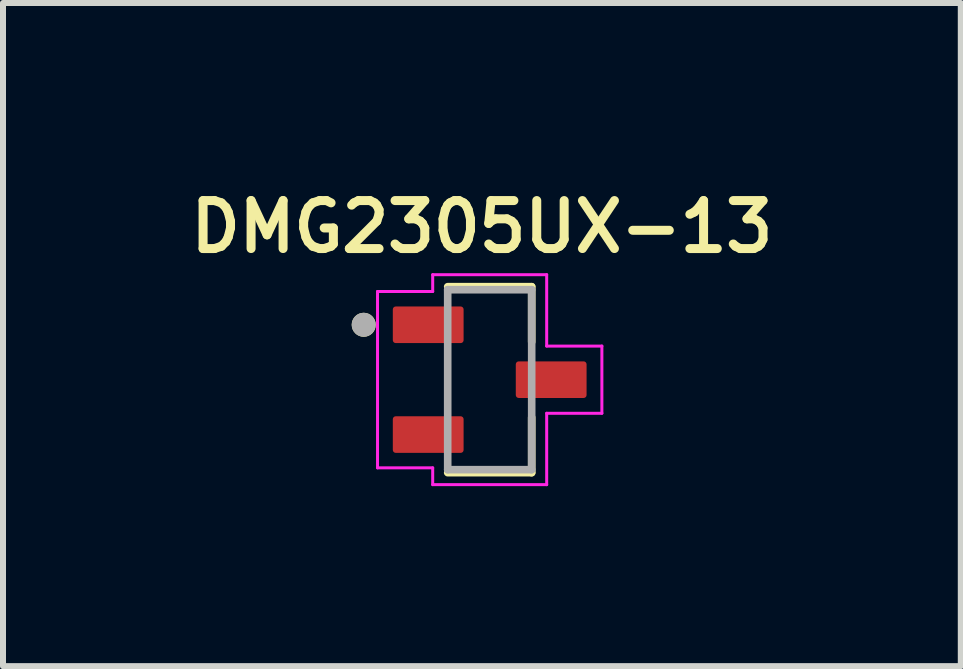
<source format=kicad_pcb>
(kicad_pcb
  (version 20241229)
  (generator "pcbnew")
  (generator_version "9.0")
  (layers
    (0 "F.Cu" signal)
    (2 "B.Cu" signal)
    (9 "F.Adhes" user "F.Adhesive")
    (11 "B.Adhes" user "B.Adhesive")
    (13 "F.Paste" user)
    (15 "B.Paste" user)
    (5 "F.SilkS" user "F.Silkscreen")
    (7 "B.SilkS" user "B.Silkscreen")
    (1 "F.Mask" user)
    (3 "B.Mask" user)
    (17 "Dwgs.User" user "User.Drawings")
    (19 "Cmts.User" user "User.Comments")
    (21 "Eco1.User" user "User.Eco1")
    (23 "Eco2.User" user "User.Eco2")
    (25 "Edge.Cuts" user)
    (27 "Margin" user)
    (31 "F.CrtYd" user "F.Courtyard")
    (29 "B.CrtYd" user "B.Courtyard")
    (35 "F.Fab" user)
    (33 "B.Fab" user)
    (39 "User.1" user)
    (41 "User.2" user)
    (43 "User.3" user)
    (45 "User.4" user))
  (footprint "DMG2305UX-13"
    (layer "F.Cu")
    (at 5.113 3.279)
    (property "Reference" "DMG2305UX-13" (at -0.13 -2.548 0) (layer "F.SilkS") (effects (font (size 0.8 0.8) (thickness 0.15))))
    (attr smd)
    (fp_line (start -0.7 -1.55) (end 0.7 -1.55) (stroke (width 0.127) (type solid)) (layer "F.SilkS"))
    (fp_line (start 0.7 -1.55) (end 0.7 -0.63) (stroke (width 0.127) (type solid)) (layer "F.SilkS"))
    (fp_line (start 0.7 0.63) (end 0.7 1.55) (stroke (width 0.127) (type solid)) (layer "F.SilkS"))
    (fp_line (start 0.7 1.55) (end -0.7 1.55) (stroke (width 0.127) (type solid)) (layer "F.SilkS"))
    (fp_circle (center -2.1 -0.915) (end -2 -0.915) (stroke (width 0.2) (type solid)) (fill no) (layer "F.SilkS"))
    (fp_line (start -1.87 -1.47) (end -0.95 -1.47) (stroke (width 0.05) (type solid)) (layer "F.CrtYd"))
    (fp_line (start -1.87 1.47) (end -1.87 -1.47) (stroke (width 0.05) (type solid)) (layer "F.CrtYd"))
    (fp_line (start -0.95 -1.75) (end 0.95 -1.75) (stroke (width 0.05) (type solid)) (layer "F.CrtYd"))
    (fp_line (start -0.95 -1.47) (end -0.95 -1.75) (stroke (width 0.05) (type solid)) (layer "F.CrtYd"))
    (fp_line (start -0.95 1.47) (end -1.87 1.47) (stroke (width 0.05) (type solid)) (layer "F.CrtYd"))
    (fp_line (start -0.95 1.75) (end -0.95 1.47) (stroke (width 0.05) (type solid)) (layer "F.CrtYd"))
    (fp_line (start 0.95 -1.75) (end 0.95 -0.56) (stroke (width 0.05) (type solid)) (layer "F.CrtYd"))
    (fp_line (start 0.95 -0.56) (end 1.87 -0.56) (stroke (width 0.05) (type solid)) (layer "F.CrtYd"))
    (fp_line (start 0.95 0.56) (end 0.95 1.75) (stroke (width 0.05) (type solid)) (layer "F.CrtYd"))
    (fp_line (start 0.95 1.75) (end -0.95 1.75) (stroke (width 0.05) (type solid)) (layer "F.CrtYd"))
    (fp_line (start 1.87 -0.56) (end 1.87 0.56) (stroke (width 0.05) (type solid)) (layer "F.CrtYd"))
    (fp_line (start 1.87 0.56) (end 0.95 0.56) (stroke (width 0.05) (type solid)) (layer "F.CrtYd"))
    (fp_line (start -0.7 -1.5) (end 0.7 -1.5) (stroke (width 0.127) (type solid)) (layer "F.Fab"))
    (fp_line (start -0.7 1.5) (end -0.7 -1.5) (stroke (width 0.127) (type solid)) (layer "F.Fab"))
    (fp_line (start 0.7 -1.5) (end 0.7 1.5) (stroke (width 0.127) (type solid)) (layer "F.Fab"))
    (fp_line (start 0.7 1.5) (end -0.7 1.5) (stroke (width 0.127) (type solid)) (layer "F.Fab"))
    (fp_circle (center -2.1 -0.915) (end -2 -0.915) (stroke (width 0.2) (type solid)) (fill no) (layer "F.Fab"))
    (pad "1" smd roundrect (at -1.025 -0.915) (size 1.18 0.61) (layers "F.Cu" "F.Mask" "F.Paste") (roundrect_rratio 0.08))
    (pad "2" smd roundrect (at -1.025 0.915) (size 1.18 0.61) (layers "F.Cu" "F.Mask" "F.Paste") (roundrect_rratio 0.08))
    (pad "3" smd roundrect (at 1.025 0) (size 1.18 0.61) (layers "F.Cu" "F.Mask" "F.Paste") (roundrect_rratio 0.08)))
  (gr_rect
    (start -3 -3)
    (end 12.966 8.054)
    (stroke (width 0.1) (type default))
    (fill no)
    (layer "Edge.Cuts")))
</source>
